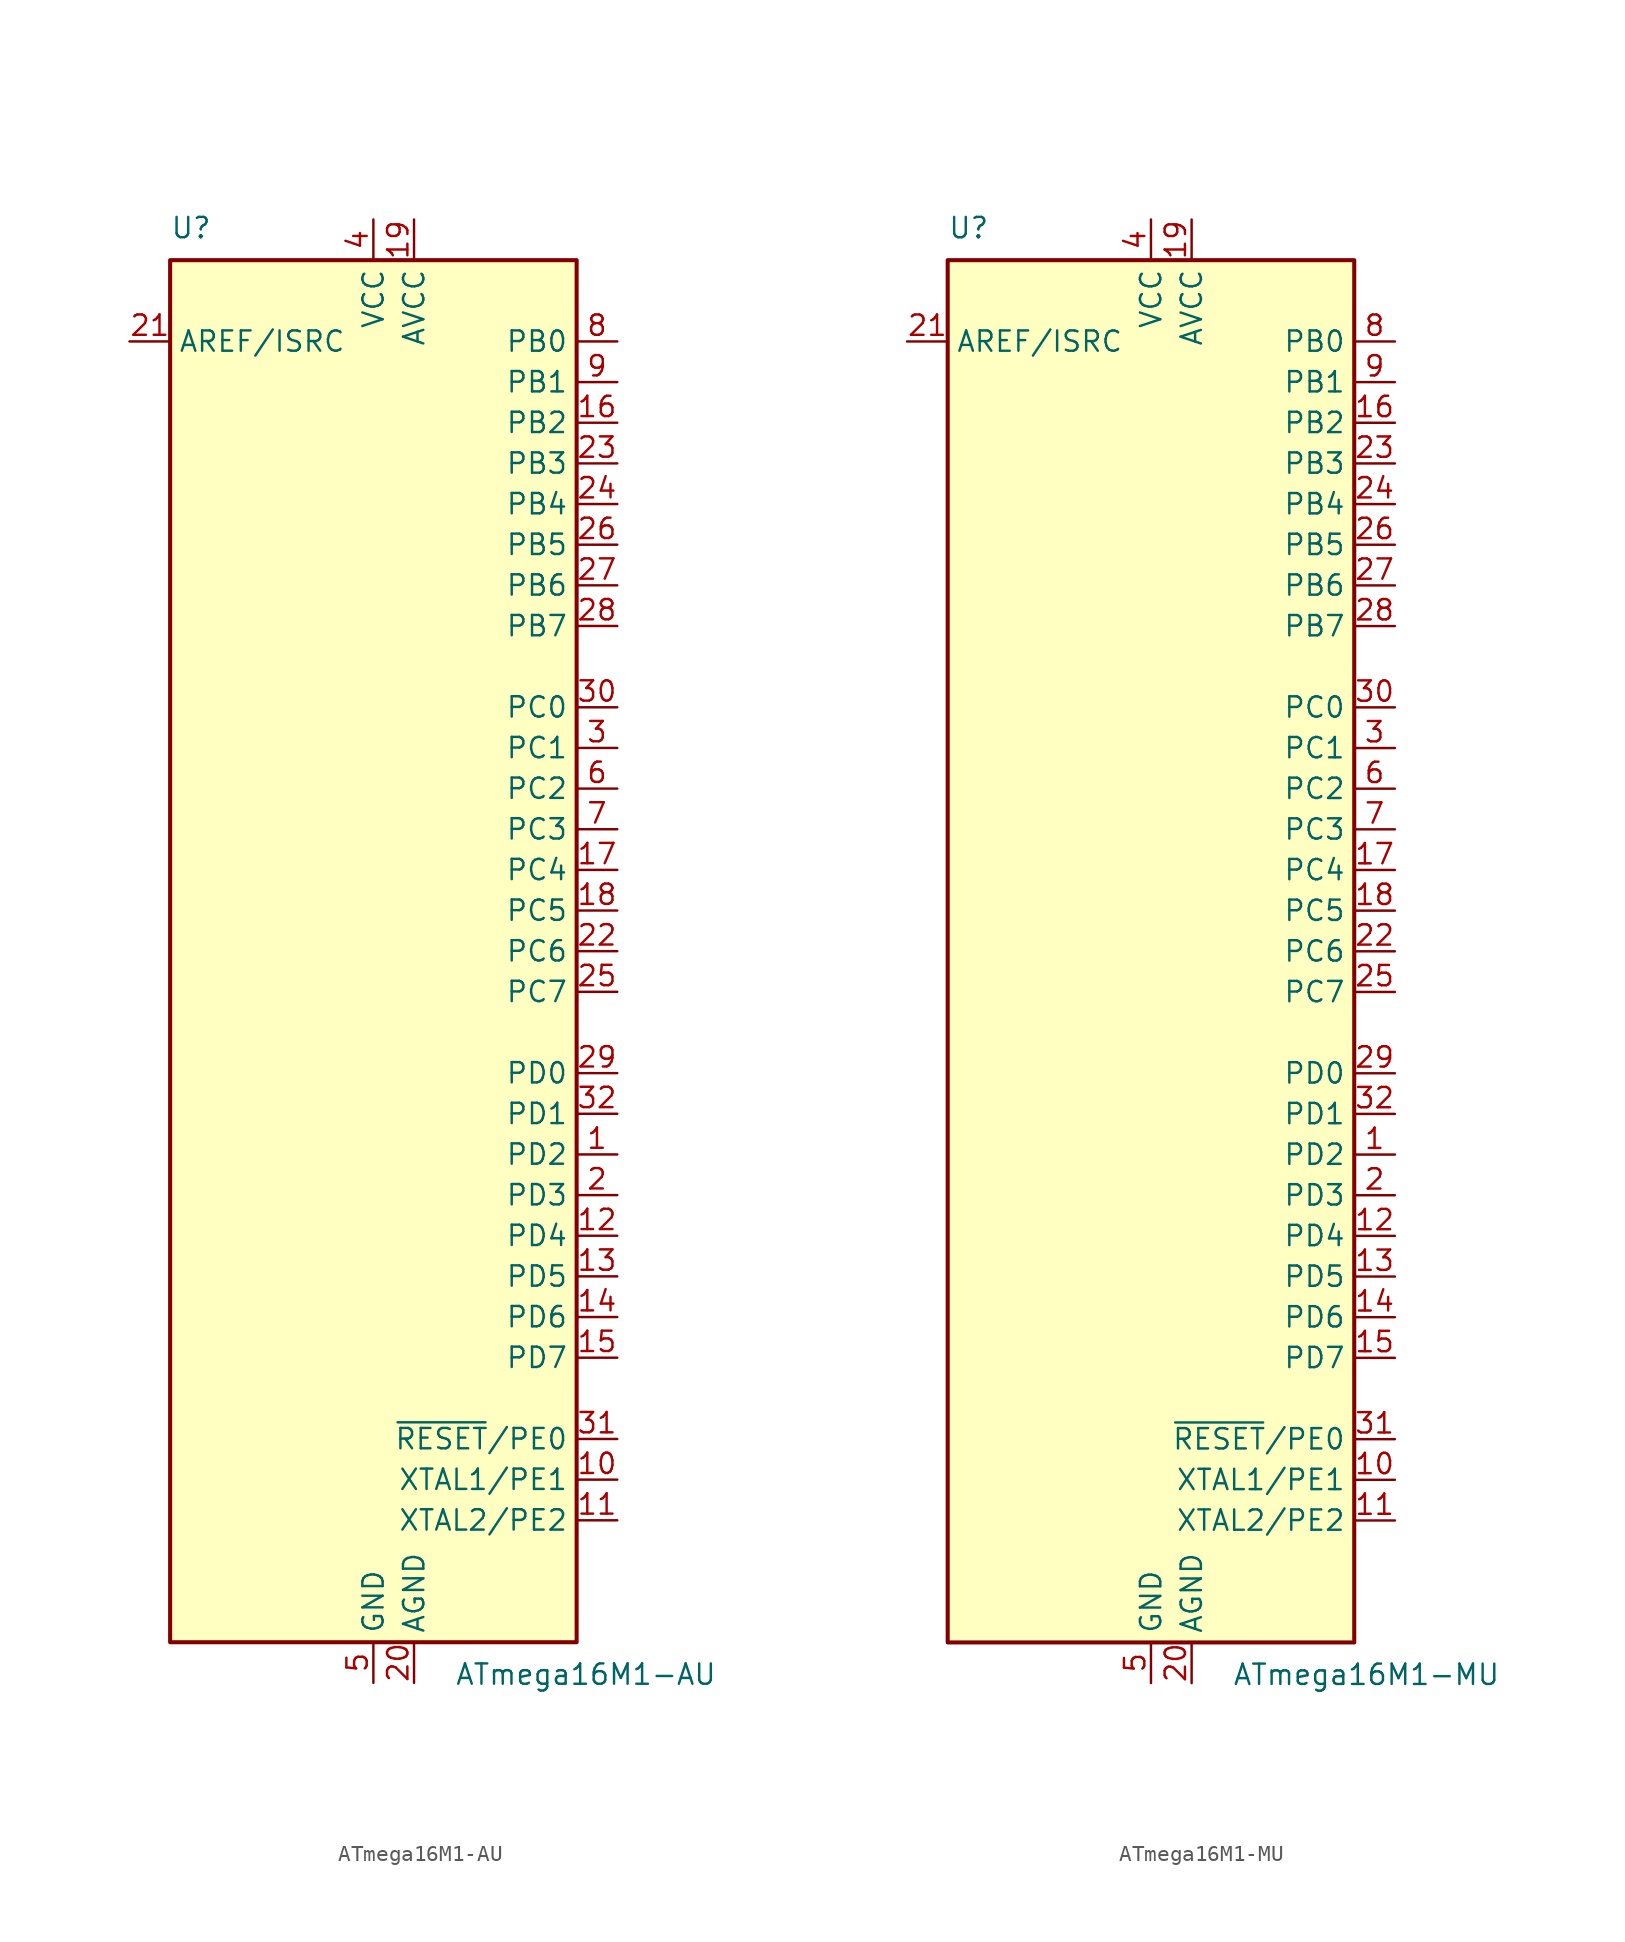
<source format=kicad_sym>
(kicad_symbol_lib
  (version 20211014)
  (generator kicad_symbol_editor)
  (symbol "ATmega16M1-AU"
    (property "Reference" "U"
      (at -12.7 44.45 0)
      (effects (font (size 1.27 1.27)) (justify left bottom)))
    (property "Value" "ATmega16M1-AU"
      (at 5.08 -44.45 0)
      (effects (font (size 1.27 1.27)) (justify left top)))
    (symbol "ATmega16M1-AU_0_1"
      (rectangle (start -12.7 -43.18) (end 12.7 43.18) (stroke (width 0.254) (type default) (color 0 0 0 0)) (fill (type background))))
    (symbol "ATmega16M1-AU_1_1"
      (pin bidirectional line (at 15.24 -12.7 180) (length 2.54) (name "PD2" (effects (font (size 1.27 1.27)))) (number "1" (effects (font (size 1.27 1.27)))))
      (pin bidirectional line (at 15.24 -33.02 180) (length 2.54) (name "XTAL1/PE1" (effects (font (size 1.27 1.27)))) (number "10" (effects (font (size 1.27 1.27)))))
      (pin bidirectional line (at 15.24 -35.56 180) (length 2.54) (name "XTAL2/PE2" (effects (font (size 1.27 1.27)))) (number "11" (effects (font (size 1.27 1.27)))))
      (pin bidirectional line (at 15.24 -17.78 180) (length 2.54) (name "PD4" (effects (font (size 1.27 1.27)))) (number "12" (effects (font (size 1.27 1.27)))))
      (pin bidirectional line (at 15.24 -20.32 180) (length 2.54) (name "PD5" (effects (font (size 1.27 1.27)))) (number "13" (effects (font (size 1.27 1.27)))))
      (pin bidirectional line (at 15.24 -22.86 180) (length 2.54) (name "PD6" (effects (font (size 1.27 1.27)))) (number "14" (effects (font (size 1.27 1.27)))))
      (pin bidirectional line (at 15.24 -25.4 180) (length 2.54) (name "PD7" (effects (font (size 1.27 1.27)))) (number "15" (effects (font (size 1.27 1.27)))))
      (pin bidirectional line (at 15.24 33.02 180) (length 2.54) (name "PB2" (effects (font (size 1.27 1.27)))) (number "16" (effects (font (size 1.27 1.27)))))
      (pin bidirectional line (at 15.24 5.08 180) (length 2.54) (name "PC4" (effects (font (size 1.27 1.27)))) (number "17" (effects (font (size 1.27 1.27)))))
      (pin bidirectional line (at 15.24 2.54 180) (length 2.54) (name "PC5" (effects (font (size 1.27 1.27)))) (number "18" (effects (font (size 1.27 1.27)))))
      (pin power_in line (at 2.54 45.72 270) (length 2.54) (name "AVCC" (effects (font (size 1.27 1.27)))) (number "19" (effects (font (size 1.27 1.27)))))
      (pin bidirectional line (at 15.24 -15.24 180) (length 2.54) (name "PD3" (effects (font (size 1.27 1.27)))) (number "2" (effects (font (size 1.27 1.27)))))
      (pin power_in line (at 2.54 -45.72 90) (length 2.54) (name "AGND" (effects (font (size 1.27 1.27)))) (number "20" (effects (font (size 1.27 1.27)))))
      (pin passive line (at -15.24 38.1 0) (length 2.54) (name "AREF/ISRC" (effects (font (size 1.27 1.27)))) (number "21" (effects (font (size 1.27 1.27)))))
      (pin bidirectional line (at 15.24 0 180) (length 2.54) (name "PC6" (effects (font (size 1.27 1.27)))) (number "22" (effects (font (size 1.27 1.27)))))
      (pin bidirectional line (at 15.24 30.48 180) (length 2.54) (name "PB3" (effects (font (size 1.27 1.27)))) (number "23" (effects (font (size 1.27 1.27)))))
      (pin bidirectional line (at 15.24 27.94 180) (length 2.54) (name "PB4" (effects (font (size 1.27 1.27)))) (number "24" (effects (font (size 1.27 1.27)))))
      (pin bidirectional line (at 15.24 -2.54 180) (length 2.54) (name "PC7" (effects (font (size 1.27 1.27)))) (number "25" (effects (font (size 1.27 1.27)))))
      (pin bidirectional line (at 15.24 25.4 180) (length 2.54) (name "PB5" (effects (font (size 1.27 1.27)))) (number "26" (effects (font (size 1.27 1.27)))))
      (pin bidirectional line (at 15.24 22.86 180) (length 2.54) (name "PB6" (effects (font (size 1.27 1.27)))) (number "27" (effects (font (size 1.27 1.27)))))
      (pin bidirectional line (at 15.24 20.32 180) (length 2.54) (name "PB7" (effects (font (size 1.27 1.27)))) (number "28" (effects (font (size 1.27 1.27)))))
      (pin bidirectional line (at 15.24 -7.62 180) (length 2.54) (name "PD0" (effects (font (size 1.27 1.27)))) (number "29" (effects (font (size 1.27 1.27)))))
      (pin bidirectional line (at 15.24 12.7 180) (length 2.54) (name "PC1" (effects (font (size 1.27 1.27)))) (number "3" (effects (font (size 1.27 1.27)))))
      (pin bidirectional line (at 15.24 15.24 180) (length 2.54) (name "PC0" (effects (font (size 1.27 1.27)))) (number "30" (effects (font (size 1.27 1.27)))))
      (pin bidirectional line (at 15.24 -30.48 180) (length 2.54) (name "~{RESET}/PE0" (effects (font (size 1.27 1.27)))) (number "31" (effects (font (size 1.27 1.27)))))
      (pin bidirectional line (at 15.24 -10.16 180) (length 2.54) (name "PD1" (effects (font (size 1.27 1.27)))) (number "32" (effects (font (size 1.27 1.27)))))
      (pin power_in line (at 0 45.72 270) (length 2.54) (name "VCC" (effects (font (size 1.27 1.27)))) (number "4" (effects (font (size 1.27 1.27)))))
      (pin power_in line (at 0 -45.72 90) (length 2.54) (name "GND" (effects (font (size 1.27 1.27)))) (number "5" (effects (font (size 1.27 1.27)))))
      (pin bidirectional line (at 15.24 10.16 180) (length 2.54) (name "PC2" (effects (font (size 1.27 1.27)))) (number "6" (effects (font (size 1.27 1.27)))))
      (pin bidirectional line (at 15.24 7.62 180) (length 2.54) (name "PC3" (effects (font (size 1.27 1.27)))) (number "7" (effects (font (size 1.27 1.27)))))
      (pin bidirectional line (at 15.24 38.1 180) (length 2.54) (name "PB0" (effects (font (size 1.27 1.27)))) (number "8" (effects (font (size 1.27 1.27)))))
      (pin bidirectional line (at 15.24 35.56 180) (length 2.54) (name "PB1" (effects (font (size 1.27 1.27)))) (number "9" (effects (font (size 1.27 1.27)))))))
  (symbol "ATmega16M1-MU"
    (property "Reference" "U"
      (at -12.7 44.45 0)
      (effects (font (size 1.27 1.27)) (justify left bottom)))
    (property "Value" "ATmega16M1-MU"
      (at 5.08 -44.45 0)
      (effects (font (size 1.27 1.27)) (justify left top)))
    (symbol "ATmega16M1-MU_0_1"
      (rectangle (start -12.7 -43.18) (end 12.7 43.18) (stroke (width 0.254) (type default) (color 0 0 0 0)) (fill (type background))))
    (symbol "ATmega16M1-MU_1_1"
      (pin bidirectional line (at 15.24 -12.7 180) (length 2.54) (name "PD2" (effects (font (size 1.27 1.27)))) (number "1" (effects (font (size 1.27 1.27)))))
      (pin bidirectional line (at 15.24 -33.02 180) (length 2.54) (name "XTAL1/PE1" (effects (font (size 1.27 1.27)))) (number "10" (effects (font (size 1.27 1.27)))))
      (pin bidirectional line (at 15.24 -35.56 180) (length 2.54) (name "XTAL2/PE2" (effects (font (size 1.27 1.27)))) (number "11" (effects (font (size 1.27 1.27)))))
      (pin bidirectional line (at 15.24 -17.78 180) (length 2.54) (name "PD4" (effects (font (size 1.27 1.27)))) (number "12" (effects (font (size 1.27 1.27)))))
      (pin bidirectional line (at 15.24 -20.32 180) (length 2.54) (name "PD5" (effects (font (size 1.27 1.27)))) (number "13" (effects (font (size 1.27 1.27)))))
      (pin bidirectional line (at 15.24 -22.86 180) (length 2.54) (name "PD6" (effects (font (size 1.27 1.27)))) (number "14" (effects (font (size 1.27 1.27)))))
      (pin bidirectional line (at 15.24 -25.4 180) (length 2.54) (name "PD7" (effects (font (size 1.27 1.27)))) (number "15" (effects (font (size 1.27 1.27)))))
      (pin bidirectional line (at 15.24 33.02 180) (length 2.54) (name "PB2" (effects (font (size 1.27 1.27)))) (number "16" (effects (font (size 1.27 1.27)))))
      (pin bidirectional line (at 15.24 5.08 180) (length 2.54) (name "PC4" (effects (font (size 1.27 1.27)))) (number "17" (effects (font (size 1.27 1.27)))))
      (pin bidirectional line (at 15.24 2.54 180) (length 2.54) (name "PC5" (effects (font (size 1.27 1.27)))) (number "18" (effects (font (size 1.27 1.27)))))
      (pin power_in line (at 2.54 45.72 270) (length 2.54) (name "AVCC" (effects (font (size 1.27 1.27)))) (number "19" (effects (font (size 1.27 1.27)))))
      (pin bidirectional line (at 15.24 -15.24 180) (length 2.54) (name "PD3" (effects (font (size 1.27 1.27)))) (number "2" (effects (font (size 1.27 1.27)))))
      (pin power_in line (at 2.54 -45.72 90) (length 2.54) (name "AGND" (effects (font (size 1.27 1.27)))) (number "20" (effects (font (size 1.27 1.27)))))
      (pin passive line (at -15.24 38.1 0) (length 2.54) (name "AREF/ISRC" (effects (font (size 1.27 1.27)))) (number "21" (effects (font (size 1.27 1.27)))))
      (pin bidirectional line (at 15.24 0 180) (length 2.54) (name "PC6" (effects (font (size 1.27 1.27)))) (number "22" (effects (font (size 1.27 1.27)))))
      (pin bidirectional line (at 15.24 30.48 180) (length 2.54) (name "PB3" (effects (font (size 1.27 1.27)))) (number "23" (effects (font (size 1.27 1.27)))))
      (pin bidirectional line (at 15.24 27.94 180) (length 2.54) (name "PB4" (effects (font (size 1.27 1.27)))) (number "24" (effects (font (size 1.27 1.27)))))
      (pin bidirectional line (at 15.24 -2.54 180) (length 2.54) (name "PC7" (effects (font (size 1.27 1.27)))) (number "25" (effects (font (size 1.27 1.27)))))
      (pin bidirectional line (at 15.24 25.4 180) (length 2.54) (name "PB5" (effects (font (size 1.27 1.27)))) (number "26" (effects (font (size 1.27 1.27)))))
      (pin bidirectional line (at 15.24 22.86 180) (length 2.54) (name "PB6" (effects (font (size 1.27 1.27)))) (number "27" (effects (font (size 1.27 1.27)))))
      (pin bidirectional line (at 15.24 20.32 180) (length 2.54) (name "PB7" (effects (font (size 1.27 1.27)))) (number "28" (effects (font (size 1.27 1.27)))))
      (pin bidirectional line (at 15.24 -7.62 180) (length 2.54) (name "PD0" (effects (font (size 1.27 1.27)))) (number "29" (effects (font (size 1.27 1.27)))))
      (pin bidirectional line (at 15.24 12.7 180) (length 2.54) (name "PC1" (effects (font (size 1.27 1.27)))) (number "3" (effects (font (size 1.27 1.27)))))
      (pin bidirectional line (at 15.24 15.24 180) (length 2.54) (name "PC0" (effects (font (size 1.27 1.27)))) (number "30" (effects (font (size 1.27 1.27)))))
      (pin bidirectional line (at 15.24 -30.48 180) (length 2.54) (name "~{RESET}/PE0" (effects (font (size 1.27 1.27)))) (number "31" (effects (font (size 1.27 1.27)))))
      (pin bidirectional line (at 15.24 -10.16 180) (length 2.54) (name "PD1" (effects (font (size 1.27 1.27)))) (number "32" (effects (font (size 1.27 1.27)))))
      (pin passive line (at 0 -45.72 90) (length 2.54) hide (name "GND" (effects (font (size 1.27 1.27)))) (number "33" (effects (font (size 1.27 1.27)))))
      (pin power_in line (at 0 45.72 270) (length 2.54) (name "VCC" (effects (font (size 1.27 1.27)))) (number "4" (effects (font (size 1.27 1.27)))))
      (pin power_in line (at 0 -45.72 90) (length 2.54) (name "GND" (effects (font (size 1.27 1.27)))) (number "5" (effects (font (size 1.27 1.27)))))
      (pin bidirectional line (at 15.24 10.16 180) (length 2.54) (name "PC2" (effects (font (size 1.27 1.27)))) (number "6" (effects (font (size 1.27 1.27)))))
      (pin bidirectional line (at 15.24 7.62 180) (length 2.54) (name "PC3" (effects (font (size 1.27 1.27)))) (number "7" (effects (font (size 1.27 1.27)))))
      (pin bidirectional line (at 15.24 38.1 180) (length 2.54) (name "PB0" (effects (font (size 1.27 1.27)))) (number "8" (effects (font (size 1.27 1.27)))))
      (pin bidirectional line (at 15.24 35.56 180) (length 2.54) (name "PB1" (effects (font (size 1.27 1.27)))) (number "9" (effects (font (size 1.27 1.27))))))))
</source>
